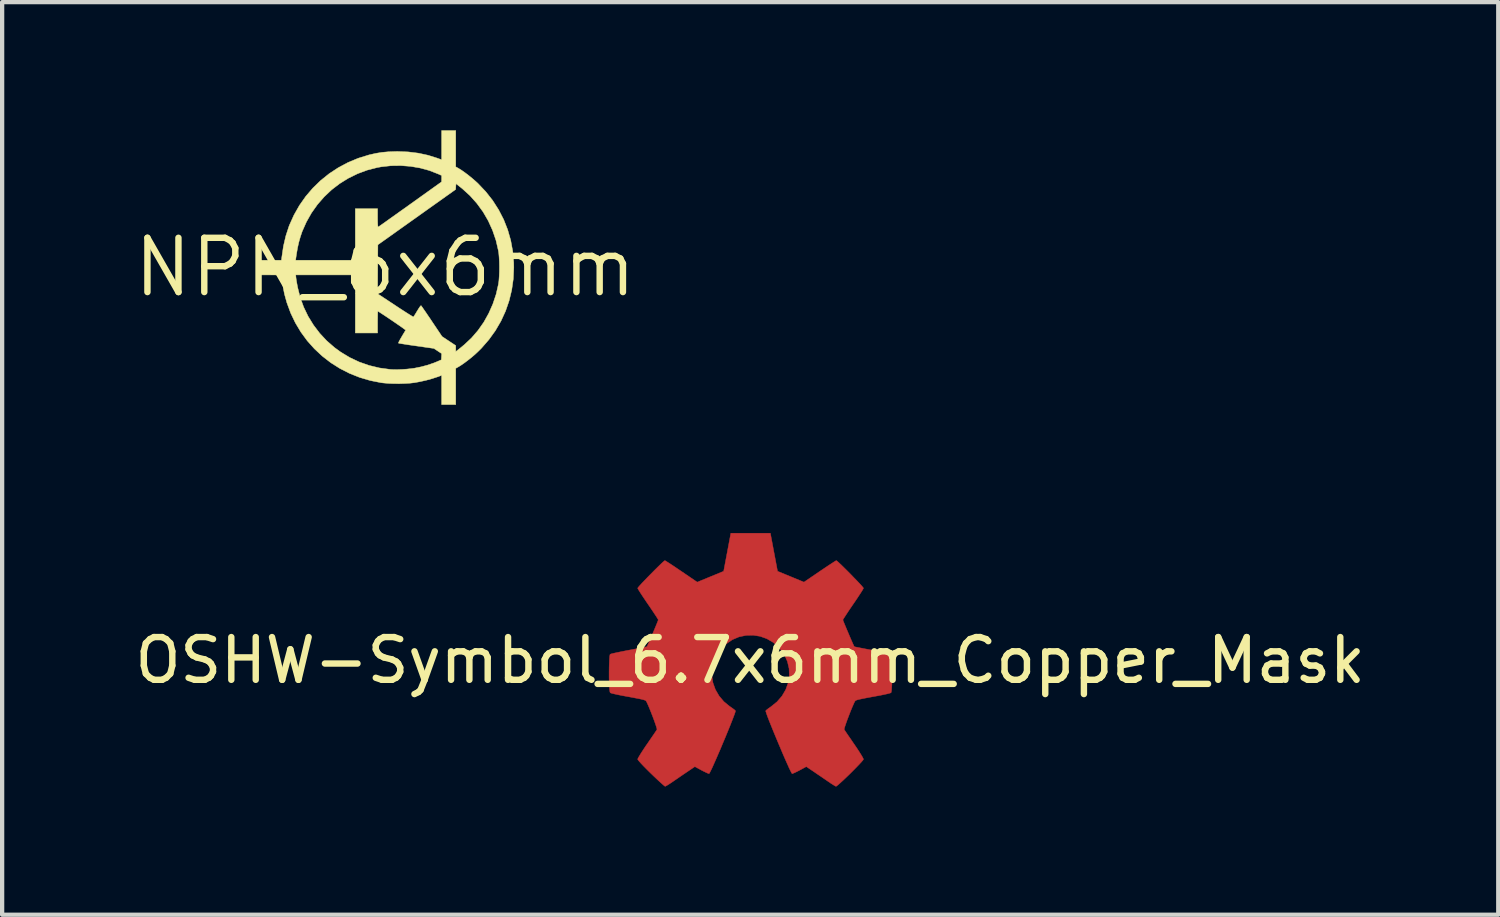
<source format=kicad_pcb>
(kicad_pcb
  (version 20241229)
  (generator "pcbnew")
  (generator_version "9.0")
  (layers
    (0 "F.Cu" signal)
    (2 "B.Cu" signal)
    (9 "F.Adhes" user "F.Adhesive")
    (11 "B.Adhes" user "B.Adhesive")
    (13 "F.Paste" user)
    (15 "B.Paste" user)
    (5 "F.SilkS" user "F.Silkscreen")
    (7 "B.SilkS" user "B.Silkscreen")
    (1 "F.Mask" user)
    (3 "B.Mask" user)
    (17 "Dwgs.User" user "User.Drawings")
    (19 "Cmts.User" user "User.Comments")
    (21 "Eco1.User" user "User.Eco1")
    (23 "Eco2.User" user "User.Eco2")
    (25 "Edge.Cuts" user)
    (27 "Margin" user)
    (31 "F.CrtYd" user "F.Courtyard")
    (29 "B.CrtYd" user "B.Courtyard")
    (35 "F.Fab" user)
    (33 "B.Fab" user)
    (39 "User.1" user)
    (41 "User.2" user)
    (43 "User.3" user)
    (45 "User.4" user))
  (footprint "NPN_6x6mm"
    (layer "F.Cu")
    (at 5.964 3.205)
    (property "Reference" "NPN_6x6mm" (at 0 0 0) (layer "F.SilkS") (effects (font (size 1.27 1.27) (thickness 0.15))))
    (attr through_hole)
    (fp_poly (pts (xy 1.651 -2.352) (xy 1.718 -2.314) (xy 1.784 -2.273) (xy 1.861 -2.219) (xy 1.946 -2.155) (xy 2.031 -2.086) (xy 2.111 -2.017) (xy 2.169 -1.964) (xy 2.353 -1.77) (xy 2.516 -1.563) (xy 2.655 -1.345) (xy 2.773 -1.116) (xy 2.867 -0.877) (xy 2.938 -0.629) (xy 2.985 -0.373) (xy 3.008 -0.11) (xy 3.01 0.006) (xy 2.998 0.272) (xy 2.961 0.531) (xy 2.9 0.783) (xy 2.816 1.026) (xy 2.709 1.259) (xy 2.579 1.482) (xy 2.426 1.694) (xy 2.252 1.894) (xy 2.169 1.976) (xy 2.097 2.043) (xy 2.016 2.112) (xy 1.93 2.18) (xy 1.847 2.242) (xy 1.77 2.295) (xy 1.718 2.327) (xy 1.651 2.365) (xy 1.651 3.213) (xy 1.321 3.213) (xy 1.321 2.529) (xy 1.216 2.567) (xy 1.094 2.607) (xy 0.958 2.644) (xy 0.816 2.676) (xy 0.686 2.7) (xy 0.582 2.712) (xy 0.462 2.719) (xy 0.331 2.723) (xy 0.199 2.722) (xy 0.071 2.717) (xy -0.043 2.707) (xy -0.093 2.701) (xy -0.35 2.65) (xy -0.598 2.577) (xy -0.836 2.482) (xy -1.061 2.367) (xy -1.274 2.232) (xy -1.473 2.078) (xy -1.656 1.907) (xy -1.823 1.72) (xy -1.972 1.517) (xy -2.102 1.3) (xy -2.212 1.07) (xy -2.301 0.828) (xy -2.355 0.634) (xy -2.366 0.581) (xy -2.379 0.516) (xy -2.391 0.444) (xy -2.403 0.37) (xy -2.413 0.302) (xy -2.421 0.243) (xy -2.425 0.202) (xy -2.426 0.19) (xy -2.438 0.186) (xy -2.473 0.183) (xy -2.529 0.18) (xy -2.603 0.179) (xy -2.693 0.178) (xy -2.711 0.178) (xy -2.094 0.178) (xy -2.087 0.244) (xy -2.082 0.283) (xy -2.073 0.34) (xy -2.061 0.405) (xy -2.049 0.47) (xy -1.99 0.704) (xy -1.908 0.931) (xy -1.804 1.147) (xy -1.678 1.352) (xy -1.533 1.543) (xy -1.369 1.719) (xy -1.187 1.878) (xy -1.043 1.983) (xy -0.829 2.112) (xy -0.606 2.217) (xy -0.374 2.298) (xy -0.132 2.356) (xy 0.119 2.39) (xy 0.146 2.392) (xy 0.216 2.395) (xy 0.303 2.394) (xy 0.4 2.39) (xy 0.5 2.383) (xy 0.595 2.373) (xy 0.678 2.362) (xy 0.686 2.361) (xy 0.839 2.33) (xy 0.993 2.289) (xy 1.136 2.24) (xy 1.206 2.212) (xy 1.314 2.165) (xy 1.322 2.02) (xy 1.14 1.899) (xy 0.728 1.84) (xy 0.629 1.826) (xy 0.538 1.813) (xy 0.458 1.8) (xy 0.392 1.79) (xy 0.344 1.782) (xy 0.316 1.776) (xy 0.31 1.774) (xy 0.313 1.761) (xy 0.327 1.731) (xy 0.351 1.687) (xy 0.381 1.635) (xy 0.388 1.623) (xy 0.42 1.569) (xy 0.448 1.523) (xy 0.468 1.489) (xy 0.478 1.472) (xy 0.479 1.47) (xy 0.47 1.462) (xy 0.442 1.442) (xy 0.4 1.411) (xy 0.346 1.373) (xy 0.283 1.33) (xy 0.215 1.283) (xy 0.143 1.234) (xy 0.072 1.186) (xy 0.005 1.141) (xy -0.056 1.101) (xy -0.107 1.068) (xy -0.145 1.043) (xy -0.167 1.03) (xy -0.171 1.029) (xy -0.173 1.041) (xy -0.175 1.074) (xy -0.176 1.126) (xy -0.177 1.191) (xy -0.178 1.267) (xy -0.178 1.283) (xy -0.178 1.537) (xy -0.699 1.537) (xy -0.699 0.619) (xy -0.178 0.619) (xy 0.237 0.893) (xy 0.329 0.954) (xy 0.414 1.009) (xy 0.49 1.058) (xy 0.555 1.099) (xy 0.607 1.131) (xy 0.642 1.153) (xy 0.66 1.162) (xy 0.661 1.162) (xy 0.671 1.149) (xy 0.69 1.119) (xy 0.717 1.076) (xy 0.748 1.024) (xy 0.749 1.023) (xy 0.78 0.972) (xy 0.807 0.931) (xy 0.828 0.905) (xy 0.839 0.896) (xy 0.839 0.896) (xy 0.848 0.908) (xy 0.87 0.938) (xy 0.902 0.985) (xy 0.944 1.045) (xy 0.992 1.116) (xy 1.047 1.196) (xy 1.09 1.261) (xy 1.331 1.62) (xy 1.491 1.726) (xy 1.651 1.832) (xy 1.651 1.972) (xy 1.699 1.936) (xy 1.729 1.913) (xy 1.772 1.878) (xy 1.82 1.838) (xy 1.852 1.812) (xy 2.02 1.654) (xy 2.172 1.478) (xy 2.307 1.286) (xy 2.423 1.078) (xy 2.52 0.859) (xy 2.597 0.629) (xy 2.649 0.4) (xy 2.661 0.319) (xy 2.668 0.219) (xy 2.673 0.107) (xy 2.674 -0.011) (xy 2.672 -0.128) (xy 2.666 -0.237) (xy 2.658 -0.332) (xy 2.649 -0.387) (xy 2.593 -0.631) (xy 2.513 -0.865) (xy 2.412 -1.088) (xy 2.29 -1.298) (xy 2.147 -1.494) (xy 1.986 -1.675) (xy 1.806 -1.839) (xy 1.765 -1.872) (xy 1.657 -1.957) (xy 1.653 -1.889) (xy 1.649 -1.822) (xy -0.171 -0.527) (xy -0.175 0.046) (xy -0.178 0.619) (xy -0.699 0.619) (xy -0.699 0.178) (xy -2.094 0.178) (xy -2.711 0.178) (xy -2.997 0.178) (xy -2.997 -0.165) (xy -2.428 -0.165) (xy -2.096 -0.165) (xy -0.699 -0.165) (xy -0.699 -1.372) (xy -0.178 -1.372) (xy -0.178 -1.155) (xy -0.177 -1.076) (xy -0.175 -1.013) (xy -0.172 -0.968) (xy -0.168 -0.945) (xy -0.166 -0.942) (xy -0.154 -0.95) (xy -0.123 -0.971) (xy -0.074 -1.005) (xy -0.01 -1.05) (xy 0.068 -1.106) (xy 0.158 -1.17) (xy 0.259 -1.242) (xy 0.368 -1.32) (xy 0.486 -1.403) (xy 0.583 -1.473) (xy 1.32 -2) (xy 1.321 -2.074) (xy 1.321 -2.148) (xy 1.236 -2.186) (xy 1.034 -2.265) (xy 0.818 -2.324) (xy 0.595 -2.362) (xy 0.366 -2.38) (xy 0.137 -2.377) (xy -0.089 -2.352) (xy -0.184 -2.335) (xy -0.421 -2.274) (xy -0.647 -2.19) (xy -0.863 -2.084) (xy -1.066 -1.958) (xy -1.255 -1.813) (xy -1.428 -1.649) (xy -1.585 -1.469) (xy -1.724 -1.273) (xy -1.843 -1.063) (xy -1.942 -0.84) (xy -1.947 -0.826) (xy -1.987 -0.707) (xy -2.021 -0.587) (xy -2.05 -0.458) (xy -2.075 -0.314) (xy -2.089 -0.219) (xy -2.096 -0.165) (xy -2.428 -0.165) (xy -2.419 -0.238) (xy -2.381 -0.494) (xy -2.325 -0.734) (xy -2.252 -0.958) (xy -2.241 -0.987) (xy -2.134 -1.224) (xy -2.007 -1.448) (xy -1.86 -1.658) (xy -1.694 -1.852) (xy -1.511 -2.03) (xy -1.312 -2.19) (xy -1.099 -2.33) (xy -0.873 -2.451) (xy -0.634 -2.551) (xy -0.385 -2.628) (xy -0.362 -2.634) (xy -0.215 -2.667) (xy -0.073 -2.69) (xy 0.073 -2.703) (xy 0.232 -2.709) (xy 0.292 -2.71) (xy 0.54 -2.7) (xy 0.775 -2.671) (xy 1.002 -2.622) (xy 1.203 -2.559) (xy 1.321 -2.517) (xy 1.321 -3.2) (xy 1.651 -3.2) (xy 1.651 -2.352)) (stroke (width 0.01) (type solid)) (fill yes) (layer "F.SilkS")))
  (footprint "OSHW-Symbol_6.7x6mm_Copper_Mask"
    (layer "F.Cu")
    (at 14.506 12.404)
    (property "Reference" "OSHW-Symbol_6.7x6mm_Copper_Mask" (at 0 0 0) (layer "F.SilkS") (effects (font (size 1 1) (thickness 0.15))))
    (attr exclude_from_pos_files exclude_from_bom)
    (fp_poly (pts (xy 0.556 -2.531) (xy 0.64 -2.086) (xy 0.949 -1.959) (xy 1.258 -1.831) (xy 1.629 -2.084) (xy 1.733 -2.154) (xy 1.827 -2.217) (xy 1.907 -2.269) (xy 1.967 -2.308) (xy 2.005 -2.331) (xy 2.015 -2.336) (xy 2.034 -2.323) (xy 2.073 -2.288) (xy 2.13 -2.235) (xy 2.198 -2.168) (xy 2.274 -2.093) (xy 2.353 -2.013) (xy 2.431 -1.932) (xy 2.504 -1.857) (xy 2.567 -1.79) (xy 2.615 -1.737) (xy 2.644 -1.702) (xy 2.651 -1.69) (xy 2.641 -1.669) (xy 2.613 -1.621) (xy 2.569 -1.553) (xy 2.513 -1.468) (xy 2.448 -1.371) (xy 2.41 -1.316) (xy 2.341 -1.215) (xy 2.28 -1.124) (xy 2.23 -1.047) (xy 2.193 -0.989) (xy 2.172 -0.955) (xy 2.169 -0.948) (xy 2.176 -0.927) (xy 2.195 -0.879) (xy 2.223 -0.811) (xy 2.257 -0.729) (xy 2.295 -0.64) (xy 2.333 -0.55) (xy 2.369 -0.467) (xy 2.4 -0.396) (xy 2.423 -0.346) (xy 2.435 -0.322) (xy 2.436 -0.321) (xy 2.455 -0.316) (xy 2.505 -0.306) (xy 2.581 -0.291) (xy 2.678 -0.272) (xy 2.791 -0.251) (xy 2.856 -0.239) (xy 2.977 -0.216) (xy 3.086 -0.194) (xy 3.177 -0.174) (xy 3.246 -0.158) (xy 3.287 -0.147) (xy 3.296 -0.143) (xy 3.304 -0.119) (xy 3.31 -0.064) (xy 3.315 0.015) (xy 3.318 0.112) (xy 3.32 0.22) (xy 3.321 0.333) (xy 3.319 0.445) (xy 3.317 0.549) (xy 3.312 0.638) (xy 3.307 0.707) (xy 3.299 0.748) (xy 3.295 0.757) (xy 3.269 0.767) (xy 3.213 0.782) (xy 3.136 0.799) (xy 3.044 0.818) (xy 3.012 0.824) (xy 2.858 0.852) (xy 2.735 0.875) (xy 2.642 0.893) (xy 2.572 0.908) (xy 2.523 0.919) (xy 2.491 0.929) (xy 2.471 0.938) (xy 2.459 0.947) (xy 2.457 0.948) (xy 2.44 0.976) (xy 2.415 1.031) (xy 2.383 1.105) (xy 2.347 1.192) (xy 2.311 1.286) (xy 2.275 1.379) (xy 2.244 1.466) (xy 2.219 1.539) (xy 2.203 1.592) (xy 2.199 1.618) (xy 2.2 1.619) (xy 2.214 1.64) (xy 2.245 1.687) (xy 2.291 1.755) (xy 2.349 1.838) (xy 2.413 1.933) (xy 2.432 1.96) (xy 2.498 2.057) (xy 2.556 2.146) (xy 2.603 2.221) (xy 2.635 2.278) (xy 2.651 2.311) (xy 2.651 2.315) (xy 2.638 2.336) (xy 2.603 2.377) (xy 2.549 2.435) (xy 2.482 2.505) (xy 2.406 2.582) (xy 2.326 2.662) (xy 2.245 2.74) (xy 2.17 2.811) (xy 2.103 2.872) (xy 2.051 2.918) (xy 2.017 2.944) (xy 2.008 2.948) (xy 1.986 2.938) (xy 1.941 2.911) (xy 1.88 2.872) (xy 1.834 2.84) (xy 1.749 2.782) (xy 1.65 2.714) (xy 1.549 2.646) (xy 1.496 2.609) (xy 1.313 2.486) (xy 1.16 2.569) (xy 1.091 2.605) (xy 1.031 2.633) (xy 0.991 2.649) (xy 0.981 2.651) (xy 0.969 2.635) (xy 0.945 2.588) (xy 0.91 2.516) (xy 0.868 2.422) (xy 0.818 2.31) (xy 0.764 2.186) (xy 0.708 2.053) (xy 0.65 1.916) (xy 0.593 1.779) (xy 0.538 1.646) (xy 0.488 1.522) (xy 0.443 1.411) (xy 0.407 1.317) (xy 0.381 1.244) (xy 0.366 1.197) (xy 0.363 1.181) (xy 0.382 1.16) (xy 0.424 1.127) (xy 0.48 1.088) (xy 0.484 1.085) (xy 0.628 0.969) (xy 0.744 0.835) (xy 0.831 0.686) (xy 0.889 0.526) (xy 0.915 0.36) (xy 0.91 0.192) (xy 0.871 0.026) (xy 0.799 -0.134) (xy 0.778 -0.169) (xy 0.667 -0.309) (xy 0.536 -0.422) (xy 0.39 -0.507) (xy 0.233 -0.563) (xy 0.069 -0.589) (xy -0.097 -0.585) (xy -0.26 -0.551) (xy -0.416 -0.485) (xy -0.56 -0.388) (xy -0.605 -0.348) (xy -0.719 -0.224) (xy -0.802 -0.094) (xy -0.859 0.052) (xy -0.89 0.197) (xy -0.898 0.36) (xy -0.872 0.523) (xy -0.815 0.682) (xy -0.729 0.831) (xy -0.617 0.964) (xy -0.482 1.075) (xy -0.464 1.087) (xy -0.408 1.126) (xy -0.365 1.159) (xy -0.345 1.18) (xy -0.344 1.181) (xy -0.349 1.204) (xy -0.366 1.256) (xy -0.395 1.333) (xy -0.433 1.431) (xy -0.478 1.545) (xy -0.53 1.672) (xy -0.585 1.806) (xy -0.643 1.943) (xy -0.7 2.08) (xy -0.757 2.211) (xy -0.81 2.333) (xy -0.858 2.441) (xy -0.899 2.532) (xy -0.932 2.599) (xy -0.954 2.64) (xy -0.963 2.651) (xy -0.99 2.643) (xy -1.04 2.62) (xy -1.106 2.588) (xy -1.142 2.569) (xy -1.295 2.486) (xy -1.477 2.609) (xy -1.57 2.672) (xy -1.672 2.742) (xy -1.767 2.807) (xy -1.815 2.84) (xy -1.882 2.885) (xy -1.939 2.921) (xy -1.979 2.943) (xy -1.991 2.948) (xy -2.01 2.935) (xy -2.051 2.9) (xy -2.11 2.847) (xy -2.185 2.778) (xy -2.269 2.698) (xy -2.323 2.646) (xy -2.416 2.554) (xy -2.497 2.472) (xy -2.562 2.403) (xy -2.608 2.351) (xy -2.631 2.319) (xy -2.633 2.312) (xy -2.623 2.287) (xy -2.594 2.237) (xy -2.551 2.167) (xy -2.496 2.082) (xy -2.432 1.986) (xy -2.413 1.96) (xy -2.347 1.863) (xy -2.287 1.776) (xy -2.238 1.704) (xy -2.202 1.65) (xy -2.183 1.622) (xy -2.181 1.619) (xy -2.184 1.596) (xy -2.199 1.545) (xy -2.223 1.474) (xy -2.253 1.389) (xy -2.288 1.296) (xy -2.325 1.202) (xy -2.361 1.113) (xy -2.393 1.038) (xy -2.419 0.981) (xy -2.437 0.95) (xy -2.438 0.948) (xy -2.449 0.94) (xy -2.468 0.931) (xy -2.498 0.921) (xy -2.543 0.91) (xy -2.608 0.896) (xy -2.697 0.879) (xy -2.813 0.857) (xy -2.962 0.83) (xy -2.994 0.824) (xy -3.089 0.805) (xy -3.172 0.787) (xy -3.235 0.772) (xy -3.271 0.76) (xy -3.276 0.757) (xy -3.284 0.732) (xy -3.291 0.677) (xy -3.296 0.597) (xy -3.3 0.5) (xy -3.302 0.392) (xy -3.302 0.279) (xy -3.301 0.167) (xy -3.298 0.064) (xy -3.294 -0.026) (xy -3.289 -0.094) (xy -3.281 -0.135) (xy -3.277 -0.143) (xy -3.253 -0.152) (xy -3.197 -0.166) (xy -3.117 -0.183) (xy -3.016 -0.204) (xy -2.901 -0.227) (xy -2.838 -0.239) (xy -2.719 -0.261) (xy -2.613 -0.281) (xy -2.524 -0.298) (xy -2.46 -0.311) (xy -2.423 -0.319) (xy -2.417 -0.321) (xy -2.407 -0.34) (xy -2.386 -0.387) (xy -2.356 -0.455) (xy -2.32 -0.537) (xy -2.282 -0.626) (xy -2.244 -0.716) (xy -2.209 -0.8) (xy -2.18 -0.871) (xy -2.16 -0.922) (xy -2.151 -0.948) (xy -2.151 -0.949) (xy -2.161 -0.968) (xy -2.189 -1.014) (xy -2.233 -1.081) (xy -2.289 -1.165) (xy -2.354 -1.261) (xy -2.392 -1.316) (xy -2.461 -1.418) (xy -2.522 -1.509) (xy -2.573 -1.587) (xy -2.61 -1.647) (xy -2.63 -1.683) (xy -2.633 -1.691) (xy -2.62 -1.709) (xy -2.585 -1.75) (xy -2.533 -1.807) (xy -2.467 -1.876) (xy -2.393 -1.953) (xy -2.314 -2.033) (xy -2.235 -2.113) (xy -2.16 -2.187) (xy -2.095 -2.25) (xy -2.043 -2.299) (xy -2.008 -2.329) (xy -1.996 -2.336) (xy -1.978 -2.326) (xy -1.933 -2.298) (xy -1.866 -2.255) (xy -1.781 -2.199) (xy -1.684 -2.133) (xy -1.611 -2.084) (xy -1.24 -1.831) (xy -0.621 -2.086) (xy -0.537 -2.531) (xy -0.453 -2.976) (xy 0.472 -2.976) (xy 0.556 -2.531)) (stroke (width 0.01) (type solid)) (fill yes) (layer "F.Cu"))
    (fp_poly (pts (xy 0.556 -2.531) (xy 0.64 -2.086) (xy 0.949 -1.959) (xy 1.258 -1.831) (xy 1.629 -2.084) (xy 1.733 -2.154) (xy 1.827 -2.217) (xy 1.907 -2.269) (xy 1.967 -2.308) (xy 2.005 -2.331) (xy 2.015 -2.336) (xy 2.034 -2.323) (xy 2.073 -2.288) (xy 2.13 -2.235) (xy 2.198 -2.168) (xy 2.274 -2.093) (xy 2.353 -2.013) (xy 2.431 -1.932) (xy 2.504 -1.857) (xy 2.567 -1.79) (xy 2.615 -1.737) (xy 2.644 -1.702) (xy 2.651 -1.69) (xy 2.641 -1.669) (xy 2.613 -1.621) (xy 2.569 -1.553) (xy 2.513 -1.468) (xy 2.448 -1.371) (xy 2.41 -1.316) (xy 2.341 -1.215) (xy 2.28 -1.124) (xy 2.23 -1.047) (xy 2.193 -0.989) (xy 2.172 -0.955) (xy 2.169 -0.948) (xy 2.176 -0.927) (xy 2.195 -0.879) (xy 2.223 -0.811) (xy 2.257 -0.729) (xy 2.295 -0.64) (xy 2.333 -0.55) (xy 2.369 -0.467) (xy 2.4 -0.396) (xy 2.423 -0.346) (xy 2.435 -0.322) (xy 2.436 -0.321) (xy 2.455 -0.316) (xy 2.505 -0.306) (xy 2.581 -0.291) (xy 2.678 -0.272) (xy 2.791 -0.251) (xy 2.856 -0.239) (xy 2.977 -0.216) (xy 3.086 -0.194) (xy 3.177 -0.174) (xy 3.246 -0.158) (xy 3.287 -0.147) (xy 3.296 -0.143) (xy 3.304 -0.119) (xy 3.31 -0.064) (xy 3.315 0.015) (xy 3.318 0.112) (xy 3.32 0.22) (xy 3.321 0.333) (xy 3.319 0.445) (xy 3.317 0.549) (xy 3.312 0.638) (xy 3.307 0.707) (xy 3.299 0.748) (xy 3.295 0.757) (xy 3.269 0.767) (xy 3.213 0.782) (xy 3.136 0.799) (xy 3.044 0.818) (xy 3.012 0.824) (xy 2.858 0.852) (xy 2.735 0.875) (xy 2.642 0.893) (xy 2.572 0.908) (xy 2.523 0.919) (xy 2.491 0.929) (xy 2.471 0.938) (xy 2.459 0.947) (xy 2.457 0.948) (xy 2.44 0.976) (xy 2.415 1.031) (xy 2.383 1.105) (xy 2.347 1.192) (xy 2.311 1.286) (xy 2.275 1.379) (xy 2.244 1.466) (xy 2.219 1.539) (xy 2.203 1.592) (xy 2.199 1.618) (xy 2.2 1.619) (xy 2.214 1.64) (xy 2.245 1.687) (xy 2.291 1.755) (xy 2.349 1.838) (xy 2.413 1.933) (xy 2.432 1.96) (xy 2.498 2.057) (xy 2.556 2.146) (xy 2.603 2.221) (xy 2.635 2.278) (xy 2.651 2.311) (xy 2.651 2.315) (xy 2.638 2.336) (xy 2.603 2.377) (xy 2.549 2.435) (xy 2.482 2.505) (xy 2.406 2.582) (xy 2.326 2.662) (xy 2.245 2.74) (xy 2.17 2.811) (xy 2.103 2.872) (xy 2.051 2.918) (xy 2.017 2.944) (xy 2.008 2.948) (xy 1.986 2.938) (xy 1.941 2.911) (xy 1.88 2.872) (xy 1.834 2.84) (xy 1.749 2.782) (xy 1.65 2.714) (xy 1.549 2.646) (xy 1.496 2.609) (xy 1.313 2.486) (xy 1.16 2.569) (xy 1.091 2.605) (xy 1.031 2.633) (xy 0.991 2.649) (xy 0.981 2.651) (xy 0.969 2.635) (xy 0.945 2.588) (xy 0.91 2.516) (xy 0.868 2.422) (xy 0.818 2.31) (xy 0.764 2.186) (xy 0.708 2.053) (xy 0.65 1.916) (xy 0.593 1.779) (xy 0.538 1.646) (xy 0.488 1.522) (xy 0.443 1.411) (xy 0.407 1.317) (xy 0.381 1.244) (xy 0.366 1.197) (xy 0.363 1.181) (xy 0.382 1.16) (xy 0.424 1.127) (xy 0.48 1.088) (xy 0.484 1.085) (xy 0.628 0.969) (xy 0.744 0.835) (xy 0.831 0.686) (xy 0.889 0.526) (xy 0.915 0.36) (xy 0.91 0.192) (xy 0.871 0.026) (xy 0.799 -0.134) (xy 0.778 -0.169) (xy 0.667 -0.309) (xy 0.536 -0.422) (xy 0.39 -0.507) (xy 0.233 -0.563) (xy 0.069 -0.589) (xy -0.097 -0.585) (xy -0.26 -0.551) (xy -0.416 -0.485) (xy -0.56 -0.388) (xy -0.605 -0.348) (xy -0.719 -0.224) (xy -0.802 -0.094) (xy -0.859 0.052) (xy -0.89 0.197) (xy -0.898 0.36) (xy -0.872 0.523) (xy -0.815 0.682) (xy -0.729 0.831) (xy -0.617 0.964) (xy -0.482 1.075) (xy -0.464 1.087) (xy -0.408 1.126) (xy -0.365 1.159) (xy -0.345 1.18) (xy -0.344 1.181) (xy -0.349 1.204) (xy -0.366 1.256) (xy -0.395 1.333) (xy -0.433 1.431) (xy -0.478 1.545) (xy -0.53 1.672) (xy -0.585 1.806) (xy -0.643 1.943) (xy -0.7 2.08) (xy -0.757 2.211) (xy -0.81 2.333) (xy -0.858 2.441) (xy -0.899 2.532) (xy -0.932 2.599) (xy -0.954 2.64) (xy -0.963 2.651) (xy -0.99 2.643) (xy -1.04 2.62) (xy -1.106 2.588) (xy -1.142 2.569) (xy -1.295 2.486) (xy -1.477 2.609) (xy -1.57 2.672) (xy -1.672 2.742) (xy -1.767 2.807) (xy -1.815 2.84) (xy -1.882 2.885) (xy -1.939 2.921) (xy -1.979 2.943) (xy -1.991 2.948) (xy -2.01 2.935) (xy -2.051 2.9) (xy -2.11 2.847) (xy -2.185 2.778) (xy -2.269 2.698) (xy -2.323 2.646) (xy -2.416 2.554) (xy -2.497 2.472) (xy -2.562 2.403) (xy -2.608 2.351) (xy -2.631 2.319) (xy -2.633 2.312) (xy -2.623 2.287) (xy -2.594 2.237) (xy -2.551 2.167) (xy -2.496 2.082) (xy -2.432 1.986) (xy -2.413 1.96) (xy -2.347 1.863) (xy -2.287 1.776) (xy -2.238 1.704) (xy -2.202 1.65) (xy -2.183 1.622) (xy -2.181 1.619) (xy -2.184 1.596) (xy -2.199 1.545) (xy -2.223 1.474) (xy -2.253 1.389) (xy -2.288 1.296) (xy -2.325 1.202) (xy -2.361 1.113) (xy -2.393 1.038) (xy -2.419 0.981) (xy -2.437 0.95) (xy -2.438 0.948) (xy -2.449 0.94) (xy -2.468 0.931) (xy -2.498 0.921) (xy -2.543 0.91) (xy -2.608 0.896) (xy -2.697 0.879) (xy -2.813 0.857) (xy -2.962 0.83) (xy -2.994 0.824) (xy -3.089 0.805) (xy -3.172 0.787) (xy -3.235 0.772) (xy -3.271 0.76) (xy -3.276 0.757) (xy -3.284 0.732) (xy -3.291 0.677) (xy -3.296 0.597) (xy -3.3 0.5) (xy -3.302 0.392) (xy -3.302 0.279) (xy -3.301 0.167) (xy -3.298 0.064) (xy -3.294 -0.026) (xy -3.289 -0.094) (xy -3.281 -0.135) (xy -3.277 -0.143) (xy -3.253 -0.152) (xy -3.197 -0.166) (xy -3.117 -0.183) (xy -3.016 -0.204) (xy -2.901 -0.227) (xy -2.838 -0.239) (xy -2.719 -0.261) (xy -2.613 -0.281) (xy -2.524 -0.298) (xy -2.46 -0.311) (xy -2.423 -0.319) (xy -2.417 -0.321) (xy -2.407 -0.34) (xy -2.386 -0.387) (xy -2.356 -0.455) (xy -2.32 -0.537) (xy -2.282 -0.626) (xy -2.244 -0.716) (xy -2.209 -0.8) (xy -2.18 -0.871) (xy -2.16 -0.922) (xy -2.151 -0.948) (xy -2.151 -0.949) (xy -2.161 -0.968) (xy -2.189 -1.014) (xy -2.233 -1.081) (xy -2.289 -1.165) (xy -2.354 -1.261) (xy -2.392 -1.316) (xy -2.461 -1.418) (xy -2.522 -1.509) (xy -2.573 -1.587) (xy -2.61 -1.647) (xy -2.63 -1.683) (xy -2.633 -1.691) (xy -2.62 -1.709) (xy -2.585 -1.75) (xy -2.533 -1.807) (xy -2.467 -1.876) (xy -2.393 -1.953) (xy -2.314 -2.033) (xy -2.235 -2.113) (xy -2.16 -2.187) (xy -2.095 -2.25) (xy -2.043 -2.299) (xy -2.008 -2.329) (xy -1.996 -2.336) (xy -1.978 -2.326) (xy -1.933 -2.298) (xy -1.866 -2.255) (xy -1.781 -2.199) (xy -1.684 -2.133) (xy -1.611 -2.084) (xy -1.24 -1.831) (xy -0.621 -2.086) (xy -0.537 -2.531) (xy -0.453 -2.976) (xy 0.472 -2.976) (xy 0.556 -2.531)) (stroke (width 0.01) (type solid)) (fill yes) (layer "F.Mask")))
  (gr_rect
    (start -3 -3)
    (end 32.012 18.357)
    (stroke (width 0.1) (type default))
    (fill no)
    (layer "Edge.Cuts")))
</source>
